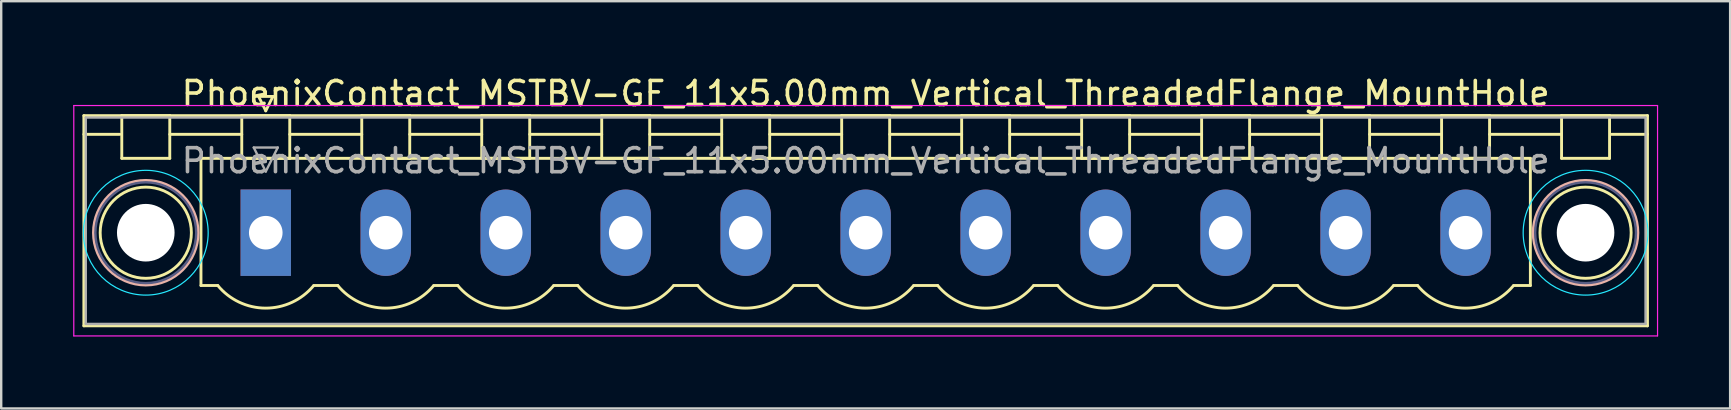
<source format=kicad_pcb>
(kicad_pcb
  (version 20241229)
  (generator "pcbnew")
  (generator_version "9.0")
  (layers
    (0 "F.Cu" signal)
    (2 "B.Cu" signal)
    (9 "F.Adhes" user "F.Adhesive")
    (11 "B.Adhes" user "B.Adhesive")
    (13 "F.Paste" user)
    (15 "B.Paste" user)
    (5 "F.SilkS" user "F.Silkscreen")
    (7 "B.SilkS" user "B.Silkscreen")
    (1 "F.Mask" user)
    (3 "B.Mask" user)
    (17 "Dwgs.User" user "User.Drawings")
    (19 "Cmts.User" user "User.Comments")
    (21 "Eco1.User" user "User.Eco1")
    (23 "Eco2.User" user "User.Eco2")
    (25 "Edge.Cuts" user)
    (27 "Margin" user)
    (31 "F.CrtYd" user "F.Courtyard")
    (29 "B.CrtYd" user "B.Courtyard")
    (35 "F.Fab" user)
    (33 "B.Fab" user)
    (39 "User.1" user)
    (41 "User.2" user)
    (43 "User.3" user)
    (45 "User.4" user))
  (footprint "PhoenixContact_MSTBV-GF_11x5.00mm_Vertical_ThreadedFlange_MountHole"
    (layer "F.Cu")
    (at 8.025 6.648)
    (property "Reference" "PhoenixContact_MSTBV-GF_11x5.00mm_Vertical_ThreadedFlange_MountHole" (at 25 -5.8 0) (layer "F.SilkS") (effects (font (size 1 1) (thickness 0.15))))
    (attr through_hole)
    (fp_line (start -7.58 -4.88) (end -7.58 3.88) (stroke (width 0.12) (type solid)) (layer "F.SilkS"))
    (fp_line (start -7.58 -4.1) (end -6.08 -4.1) (stroke (width 0.12) (type solid)) (layer "F.SilkS"))
    (fp_line (start -7.58 3.88) (end 57.58 3.88) (stroke (width 0.12) (type solid)) (layer "F.SilkS"))
    (fp_line (start -6 -4.88) (end -4 -4.88) (stroke (width 0.12) (type solid)) (layer "F.SilkS"))
    (fp_line (start -6 -3.1) (end -6 -4.88) (stroke (width 0.12) (type solid)) (layer "F.SilkS"))
    (fp_line (start -4 -4.88) (end -4 -3.1) (stroke (width 0.12) (type solid)) (layer "F.SilkS"))
    (fp_line (start -4 -4.1) (end -1 -4.1) (stroke (width 0.12) (type solid)) (layer "F.SilkS"))
    (fp_line (start -4 -3.1) (end -6 -3.1) (stroke (width 0.12) (type solid)) (layer "F.SilkS"))
    (fp_line (start -2.7 -3.1) (end 52.7 -3.1) (stroke (width 0.12) (type solid)) (layer "F.SilkS"))
    (fp_line (start -2.7 2.2) (end -2.7 -3.1) (stroke (width 0.12) (type solid)) (layer "F.SilkS"))
    (fp_line (start -2 2.2) (end -2.7 2.2) (stroke (width 0.12) (type solid)) (layer "F.SilkS"))
    (fp_line (start -1 -4.88) (end 1 -4.88) (stroke (width 0.12) (type solid)) (layer "F.SilkS"))
    (fp_line (start -1 -3.1) (end -1 -4.88) (stroke (width 0.12) (type solid)) (layer "F.SilkS"))
    (fp_line (start -0.3 -5.68) (end 0.3 -5.68) (stroke (width 0.12) (type solid)) (layer "F.SilkS"))
    (fp_line (start 0 -5.08) (end -0.3 -5.68) (stroke (width 0.12) (type solid)) (layer "F.SilkS"))
    (fp_line (start 0.3 -5.68) (end 0 -5.08) (stroke (width 0.12) (type solid)) (layer "F.SilkS"))
    (fp_line (start 1 -4.88) (end 1 -3.1) (stroke (width 0.12) (type solid)) (layer "F.SilkS"))
    (fp_line (start 1 -4.1) (end 4 -4.1) (stroke (width 0.12) (type solid)) (layer "F.SilkS"))
    (fp_line (start 1 -3.1) (end -1 -3.1) (stroke (width 0.12) (type solid)) (layer "F.SilkS"))
    (fp_line (start 2 2.2) (end 3 2.2) (stroke (width 0.12) (type solid)) (layer "F.SilkS"))
    (fp_line (start 4 -4.88) (end 6 -4.88) (stroke (width 0.12) (type solid)) (layer "F.SilkS"))
    (fp_line (start 4 -3.1) (end 4 -4.88) (stroke (width 0.12) (type solid)) (layer "F.SilkS"))
    (fp_line (start 6 -4.88) (end 6 -3.1) (stroke (width 0.12) (type solid)) (layer "F.SilkS"))
    (fp_line (start 6 -4.1) (end 9 -4.1) (stroke (width 0.12) (type solid)) (layer "F.SilkS"))
    (fp_line (start 6 -3.1) (end 4 -3.1) (stroke (width 0.12) (type solid)) (layer "F.SilkS"))
    (fp_line (start 7 2.2) (end 8 2.2) (stroke (width 0.12) (type solid)) (layer "F.SilkS"))
    (fp_line (start 9 -4.88) (end 11 -4.88) (stroke (width 0.12) (type solid)) (layer "F.SilkS"))
    (fp_line (start 9 -3.1) (end 9 -4.88) (stroke (width 0.12) (type solid)) (layer "F.SilkS"))
    (fp_line (start 11 -4.88) (end 11 -3.1) (stroke (width 0.12) (type solid)) (layer "F.SilkS"))
    (fp_line (start 11 -4.1) (end 14 -4.1) (stroke (width 0.12) (type solid)) (layer "F.SilkS"))
    (fp_line (start 11 -3.1) (end 9 -3.1) (stroke (width 0.12) (type solid)) (layer "F.SilkS"))
    (fp_line (start 12 2.2) (end 13 2.2) (stroke (width 0.12) (type solid)) (layer "F.SilkS"))
    (fp_line (start 14 -4.88) (end 16 -4.88) (stroke (width 0.12) (type solid)) (layer "F.SilkS"))
    (fp_line (start 14 -3.1) (end 14 -4.88) (stroke (width 0.12) (type solid)) (layer "F.SilkS"))
    (fp_line (start 16 -4.88) (end 16 -3.1) (stroke (width 0.12) (type solid)) (layer "F.SilkS"))
    (fp_line (start 16 -4.1) (end 19 -4.1) (stroke (width 0.12) (type solid)) (layer "F.SilkS"))
    (fp_line (start 16 -3.1) (end 14 -3.1) (stroke (width 0.12) (type solid)) (layer "F.SilkS"))
    (fp_line (start 17 2.2) (end 18 2.2) (stroke (width 0.12) (type solid)) (layer "F.SilkS"))
    (fp_line (start 19 -4.88) (end 21 -4.88) (stroke (width 0.12) (type solid)) (layer "F.SilkS"))
    (fp_line (start 19 -3.1) (end 19 -4.88) (stroke (width 0.12) (type solid)) (layer "F.SilkS"))
    (fp_line (start 21 -4.88) (end 21 -3.1) (stroke (width 0.12) (type solid)) (layer "F.SilkS"))
    (fp_line (start 21 -4.1) (end 24 -4.1) (stroke (width 0.12) (type solid)) (layer "F.SilkS"))
    (fp_line (start 21 -3.1) (end 19 -3.1) (stroke (width 0.12) (type solid)) (layer "F.SilkS"))
    (fp_line (start 22 2.2) (end 23 2.2) (stroke (width 0.12) (type solid)) (layer "F.SilkS"))
    (fp_line (start 24 -4.88) (end 26 -4.88) (stroke (width 0.12) (type solid)) (layer "F.SilkS"))
    (fp_line (start 24 -3.1) (end 24 -4.88) (stroke (width 0.12) (type solid)) (layer "F.SilkS"))
    (fp_line (start 26 -4.88) (end 26 -3.1) (stroke (width 0.12) (type solid)) (layer "F.SilkS"))
    (fp_line (start 26 -4.1) (end 29 -4.1) (stroke (width 0.12) (type solid)) (layer "F.SilkS"))
    (fp_line (start 26 -3.1) (end 24 -3.1) (stroke (width 0.12) (type solid)) (layer "F.SilkS"))
    (fp_line (start 27 2.2) (end 28 2.2) (stroke (width 0.12) (type solid)) (layer "F.SilkS"))
    (fp_line (start 29 -4.88) (end 31 -4.88) (stroke (width 0.12) (type solid)) (layer "F.SilkS"))
    (fp_line (start 29 -3.1) (end 29 -4.88) (stroke (width 0.12) (type solid)) (layer "F.SilkS"))
    (fp_line (start 31 -4.88) (end 31 -3.1) (stroke (width 0.12) (type solid)) (layer "F.SilkS"))
    (fp_line (start 31 -4.1) (end 34 -4.1) (stroke (width 0.12) (type solid)) (layer "F.SilkS"))
    (fp_line (start 31 -3.1) (end 29 -3.1) (stroke (width 0.12) (type solid)) (layer "F.SilkS"))
    (fp_line (start 32 2.2) (end 33 2.2) (stroke (width 0.12) (type solid)) (layer "F.SilkS"))
    (fp_line (start 34 -4.88) (end 36 -4.88) (stroke (width 0.12) (type solid)) (layer "F.SilkS"))
    (fp_line (start 34 -3.1) (end 34 -4.88) (stroke (width 0.12) (type solid)) (layer "F.SilkS"))
    (fp_line (start 36 -4.88) (end 36 -3.1) (stroke (width 0.12) (type solid)) (layer "F.SilkS"))
    (fp_line (start 36 -4.1) (end 39 -4.1) (stroke (width 0.12) (type solid)) (layer "F.SilkS"))
    (fp_line (start 36 -3.1) (end 34 -3.1) (stroke (width 0.12) (type solid)) (layer "F.SilkS"))
    (fp_line (start 37 2.2) (end 38 2.2) (stroke (width 0.12) (type solid)) (layer "F.SilkS"))
    (fp_line (start 39 -4.88) (end 41 -4.88) (stroke (width 0.12) (type solid)) (layer "F.SilkS"))
    (fp_line (start 39 -3.1) (end 39 -4.88) (stroke (width 0.12) (type solid)) (layer "F.SilkS"))
    (fp_line (start 41 -4.88) (end 41 -3.1) (stroke (width 0.12) (type solid)) (layer "F.SilkS"))
    (fp_line (start 41 -4.1) (end 44 -4.1) (stroke (width 0.12) (type solid)) (layer "F.SilkS"))
    (fp_line (start 41 -3.1) (end 39 -3.1) (stroke (width 0.12) (type solid)) (layer "F.SilkS"))
    (fp_line (start 42 2.2) (end 43 2.2) (stroke (width 0.12) (type solid)) (layer "F.SilkS"))
    (fp_line (start 44 -4.88) (end 46 -4.88) (stroke (width 0.12) (type solid)) (layer "F.SilkS"))
    (fp_line (start 44 -3.1) (end 44 -4.88) (stroke (width 0.12) (type solid)) (layer "F.SilkS"))
    (fp_line (start 46 -4.88) (end 46 -3.1) (stroke (width 0.12) (type solid)) (layer "F.SilkS"))
    (fp_line (start 46 -4.1) (end 49 -4.1) (stroke (width 0.12) (type solid)) (layer "F.SilkS"))
    (fp_line (start 46 -3.1) (end 44 -3.1) (stroke (width 0.12) (type solid)) (layer "F.SilkS"))
    (fp_line (start 47 2.2) (end 48 2.2) (stroke (width 0.12) (type solid)) (layer "F.SilkS"))
    (fp_line (start 49 -4.88) (end 51 -4.88) (stroke (width 0.12) (type solid)) (layer "F.SilkS"))
    (fp_line (start 49 -3.1) (end 49 -4.88) (stroke (width 0.12) (type solid)) (layer "F.SilkS"))
    (fp_line (start 51 -4.88) (end 51 -3.1) (stroke (width 0.12) (type solid)) (layer "F.SilkS"))
    (fp_line (start 51 -4.1) (end 54 -4.1) (stroke (width 0.12) (type solid)) (layer "F.SilkS"))
    (fp_line (start 51 -3.1) (end 49 -3.1) (stroke (width 0.12) (type solid)) (layer "F.SilkS"))
    (fp_line (start 52.7 -3.1) (end 52.7 2.2) (stroke (width 0.12) (type solid)) (layer "F.SilkS"))
    (fp_line (start 52.7 2.2) (end 52 2.2) (stroke (width 0.12) (type solid)) (layer "F.SilkS"))
    (fp_line (start 54 -4.88) (end 56 -4.88) (stroke (width 0.12) (type solid)) (layer "F.SilkS"))
    (fp_line (start 54 -3.1) (end 54 -4.88) (stroke (width 0.12) (type solid)) (layer "F.SilkS"))
    (fp_line (start 56 -4.88) (end 56 -3.1) (stroke (width 0.12) (type solid)) (layer "F.SilkS"))
    (fp_line (start 56 -3.1) (end 54 -3.1) (stroke (width 0.12) (type solid)) (layer "F.SilkS"))
    (fp_line (start 57.58 -4.88) (end -7.58 -4.88) (stroke (width 0.12) (type solid)) (layer "F.SilkS"))
    (fp_line (start 57.58 -4.1) (end 56.08 -4.1) (stroke (width 0.12) (type solid)) (layer "F.SilkS"))
    (fp_line (start 57.58 3.88) (end 57.58 -4.88) (stroke (width 0.12) (type solid)) (layer "F.SilkS"))
    (fp_arc (start 1.986842 2.215821) (mid -0.010289 3.142758) (end -2 2.2) (stroke (width 0.12) (type solid)) (layer "F.SilkS"))
    (fp_arc (start 6.986842 2.215821) (mid 4.989711 3.142758) (end 3 2.2) (stroke (width 0.12) (type solid)) (layer "F.SilkS"))
    (fp_arc (start 11.986842 2.215821) (mid 9.989711 3.142758) (end 8 2.2) (stroke (width 0.12) (type solid)) (layer "F.SilkS"))
    (fp_arc (start 16.986842 2.215821) (mid 14.989711 3.142758) (end 13 2.2) (stroke (width 0.12) (type solid)) (layer "F.SilkS"))
    (fp_arc (start 21.986842 2.215821) (mid 19.989711 3.142758) (end 18 2.2) (stroke (width 0.12) (type solid)) (layer "F.SilkS"))
    (fp_arc (start 26.986842 2.215821) (mid 24.989711 3.142758) (end 23 2.2) (stroke (width 0.12) (type solid)) (layer "F.SilkS"))
    (fp_arc (start 31.986842 2.215821) (mid 29.989711 3.142758) (end 28 2.2) (stroke (width 0.12) (type solid)) (layer "F.SilkS"))
    (fp_arc (start 36.986842 2.215821) (mid 34.989711 3.142758) (end 33 2.2) (stroke (width 0.12) (type solid)) (layer "F.SilkS"))
    (fp_arc (start 41.986842 2.215821) (mid 39.989711 3.142758) (end 38 2.2) (stroke (width 0.12) (type solid)) (layer "F.SilkS"))
    (fp_arc (start 46.986842 2.215821) (mid 44.989711 3.142758) (end 43 2.2) (stroke (width 0.12) (type solid)) (layer "F.SilkS"))
    (fp_arc (start 51.986842 2.215821) (mid 49.989711 3.142758) (end 48 2.2) (stroke (width 0.12) (type solid)) (layer "F.SilkS"))
    (fp_circle (center -5 0) (end -3.1 0) (stroke (width 0.12) (type solid)) (fill no) (layer "F.SilkS"))
    (fp_circle (center 55 0) (end 56.9 0) (stroke (width 0.12) (type solid)) (fill no) (layer "F.SilkS"))
    (fp_circle (center -5 0) (end -2.82 0) (stroke (width 0.12) (type solid)) (fill no) (layer "B.SilkS"))
    (fp_circle (center 55 0) (end 57.18 0) (stroke (width 0.12) (type solid)) (fill no) (layer "B.SilkS"))
    (fp_circle (center -5 0) (end -2.4 0) (stroke (width 0.05) (type solid)) (fill no) (layer "B.CrtYd"))
    (fp_circle (center 55 0) (end 57.6 0) (stroke (width 0.05) (type solid)) (fill no) (layer "B.CrtYd"))
    (fp_line (start -8 -5.3) (end -8 4.3) (stroke (width 0.05) (type solid)) (layer "F.CrtYd"))
    (fp_line (start -8 4.3) (end 58 4.3) (stroke (width 0.05) (type solid)) (layer "F.CrtYd"))
    (fp_line (start 58 -5.3) (end -8 -5.3) (stroke (width 0.05) (type solid)) (layer "F.CrtYd"))
    (fp_line (start 58 4.3) (end 58 -5.3) (stroke (width 0.05) (type solid)) (layer "F.CrtYd"))
    (fp_circle (center -5 0) (end -2.9 0) (stroke (width 0.1) (type solid)) (fill no) (layer "B.Fab"))
    (fp_circle (center 55 0) (end 57.1 0) (stroke (width 0.1) (type solid)) (fill no) (layer "B.Fab"))
    (fp_line (start -7.5 -4.8) (end -7.5 3.8) (stroke (width 0.1) (type solid)) (layer "F.Fab"))
    (fp_line (start -7.5 3.8) (end 57.5 3.8) (stroke (width 0.1) (type solid)) (layer "F.Fab"))
    (fp_line (start -0.5 -3.55) (end 0.5 -3.55) (stroke (width 0.1) (type solid)) (layer "F.Fab"))
    (fp_line (start 0 -2.55) (end -0.5 -3.55) (stroke (width 0.1) (type solid)) (layer "F.Fab"))
    (fp_line (start 0.5 -3.55) (end 0 -2.55) (stroke (width 0.1) (type solid)) (layer "F.Fab"))
    (fp_line (start 57.5 -4.8) (end -7.5 -4.8) (stroke (width 0.1) (type solid)) (layer "F.Fab"))
    (fp_line (start 57.5 3.8) (end 57.5 -4.8) (stroke (width 0.1) (type solid)) (layer "F.Fab"))
    (fp_text user "${REFERENCE}" (at 25 -3 0) (layer "F.Fab") (effects (font (size 1 1) (thickness 0.15))))
    (pad "" np_thru_hole circle (at -5 0) (size 2.4 2.4) (drill 2.4) (layers "*.Cu" "*.Mask"))
    (pad "" np_thru_hole circle (at 55 0) (size 2.4 2.4) (drill 2.4) (layers "*.Cu" "*.Mask"))
    (pad "1" thru_hole rect (at 0 0) (size 2.1 3.6) (drill 1.4) (layers "*.Cu" "*.Mask"))
    (pad "2" thru_hole oval (at 5 0) (size 2.1 3.6) (drill 1.4) (layers "*.Cu" "*.Mask"))
    (pad "3" thru_hole oval (at 10 0) (size 2.1 3.6) (drill 1.4) (layers "*.Cu" "*.Mask"))
    (pad "4" thru_hole oval (at 15 0) (size 2.1 3.6) (drill 1.4) (layers "*.Cu" "*.Mask"))
    (pad "5" thru_hole oval (at 20 0) (size 2.1 3.6) (drill 1.4) (layers "*.Cu" "*.Mask"))
    (pad "6" thru_hole oval (at 25 0) (size 2.1 3.6) (drill 1.4) (layers "*.Cu" "*.Mask"))
    (pad "7" thru_hole oval (at 30 0) (size 2.1 3.6) (drill 1.4) (layers "*.Cu" "*.Mask"))
    (pad "8" thru_hole oval (at 35 0) (size 2.1 3.6) (drill 1.4) (layers "*.Cu" "*.Mask"))
    (pad "9" thru_hole oval (at 40 0) (size 2.1 3.6) (drill 1.4) (layers "*.Cu" "*.Mask"))
    (pad "10" thru_hole oval (at 45 0) (size 2.1 3.6) (drill 1.4) (layers "*.Cu" "*.Mask"))
    (pad "11" thru_hole oval (at 50 0) (size 2.1 3.6) (drill 1.4) (layers "*.Cu" "*.Mask")))
  (gr_rect
    (start -3 -3)
    (end 69.05 13.973)
    (stroke (width 0.1) (type default))
    (fill no)
    (layer "Edge.Cuts")))
</source>
